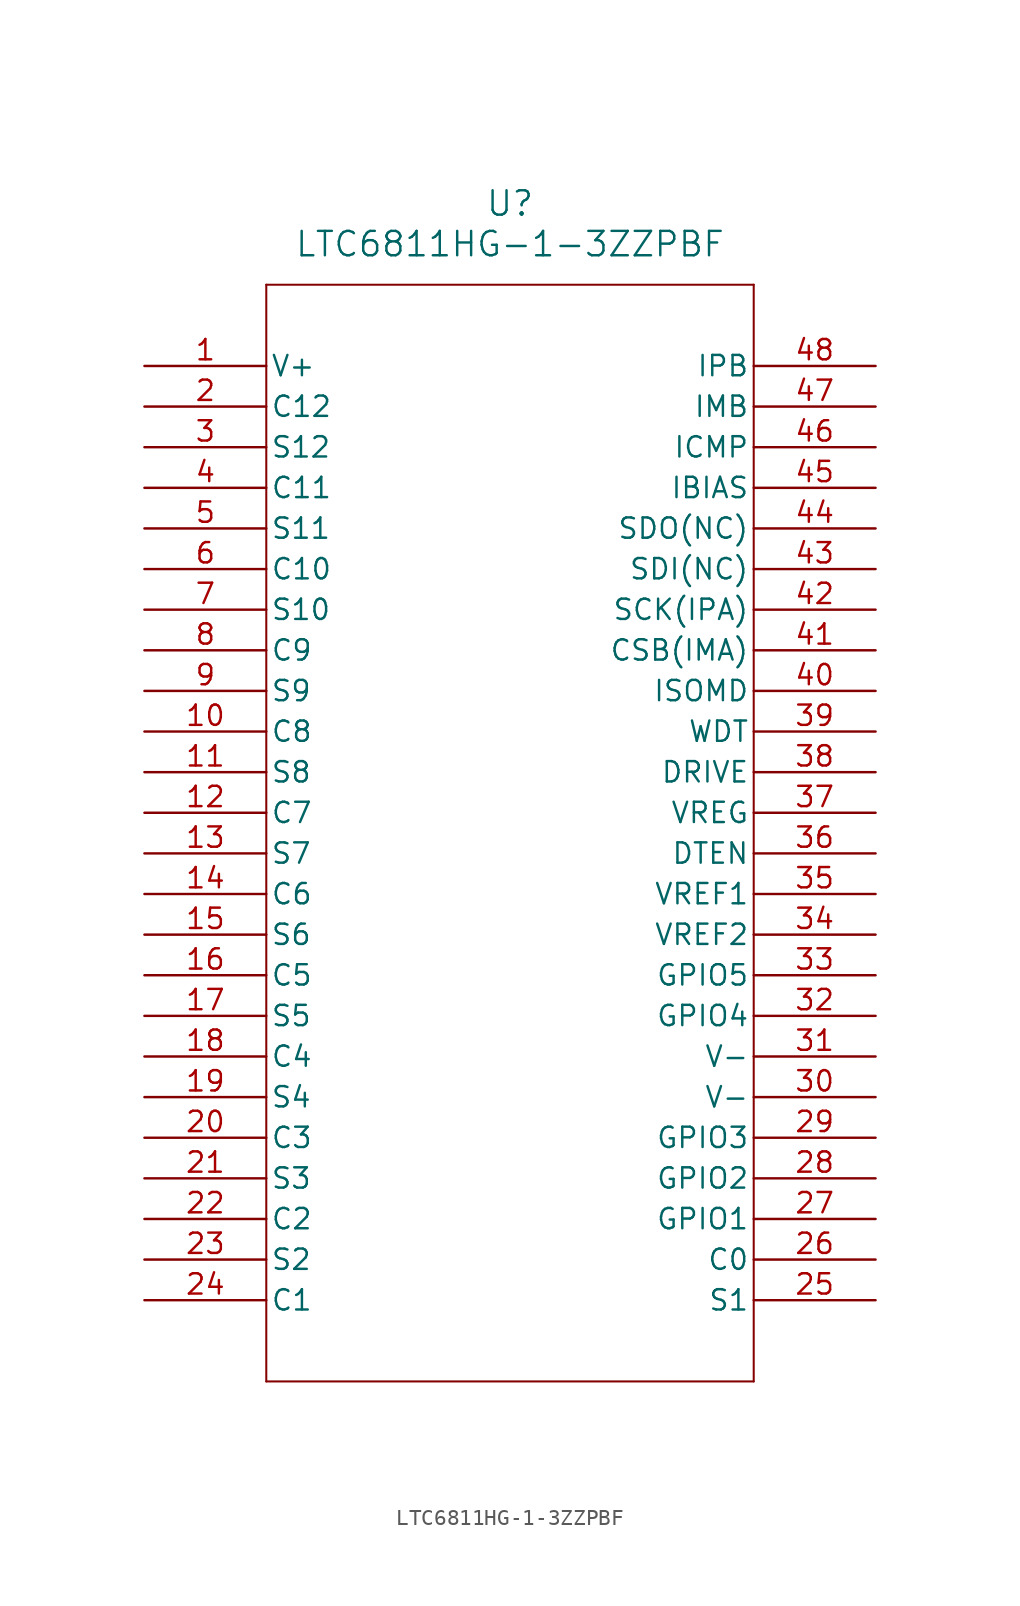
<source format=kicad_sym>
(kicad_symbol_lib
  (version 20211014)
  (generator kicad_symbol_editor)
  (symbol "LTC6811HG-1-3ZZPBF"
    (pin_names
      (offset 0.254))
    (property "Reference" "U"
      (at 22.86 10.16 0)
      (effects (font (size 1.524 1.524))))
    (property "Value" "LTC6811HG-1-3ZZPBF"
      (at 22.86 7.62 0)
      (effects (font (size 1.524 1.524))))
    (symbol "LTC6811HG-1-3ZZPBF_0_1"
      (polyline (pts (xy 7.62 5.08) (xy 7.62 -63.5)) (stroke (width 0.127) (type default) (color 0 0 0 0)) (fill (type none)))
      (polyline (pts (xy 7.62 -63.5) (xy 38.1 -63.5)) (stroke (width 0.127) (type default) (color 0 0 0 0)) (fill (type none)))
      (polyline (pts (xy 38.1 -63.5) (xy 38.1 5.08)) (stroke (width 0.127) (type default) (color 0 0 0 0)) (fill (type none)))
      (polyline (pts (xy 38.1 5.08) (xy 7.62 5.08)) (stroke (width 0.127) (type default) (color 0 0 0 0)) (fill (type none)))
      (pin power_in line (at 0 0 0) (length 7.62) (name "V+" (effects (font (size 1.27 1.27)))) (number "1" (effects (font (size 1.27 1.27)))))
      (pin input line (at 0 -2.54 0) (length 7.62) (name "C12" (effects (font (size 1.27 1.27)))) (number "2" (effects (font (size 1.27 1.27)))))
      (pin bidirectional line (at 0 -5.08 0) (length 7.62) (name "S12" (effects (font (size 1.27 1.27)))) (number "3" (effects (font (size 1.27 1.27)))))
      (pin input line (at 0 -7.62 0) (length 7.62) (name "C11" (effects (font (size 1.27 1.27)))) (number "4" (effects (font (size 1.27 1.27)))))
      (pin bidirectional line (at 0 -10.16 0) (length 7.62) (name "S11" (effects (font (size 1.27 1.27)))) (number "5" (effects (font (size 1.27 1.27)))))
      (pin input line (at 0 -12.7 0) (length 7.62) (name "C10" (effects (font (size 1.27 1.27)))) (number "6" (effects (font (size 1.27 1.27)))))
      (pin bidirectional line (at 0 -15.24 0) (length 7.62) (name "S10" (effects (font (size 1.27 1.27)))) (number "7" (effects (font (size 1.27 1.27)))))
      (pin input line (at 0 -17.78 0) (length 7.62) (name "C9" (effects (font (size 1.27 1.27)))) (number "8" (effects (font (size 1.27 1.27)))))
      (pin bidirectional line (at 0 -20.32 0) (length 7.62) (name "S9" (effects (font (size 1.27 1.27)))) (number "9" (effects (font (size 1.27 1.27)))))
      (pin input line (at 0 -22.86 0) (length 7.62) (name "C8" (effects (font (size 1.27 1.27)))) (number "10" (effects (font (size 1.27 1.27)))))
      (pin bidirectional line (at 0 -25.4 0) (length 7.62) (name "S8" (effects (font (size 1.27 1.27)))) (number "11" (effects (font (size 1.27 1.27)))))
      (pin input line (at 0 -27.94 0) (length 7.62) (name "C7" (effects (font (size 1.27 1.27)))) (number "12" (effects (font (size 1.27 1.27)))))
      (pin bidirectional line (at 0 -30.48 0) (length 7.62) (name "S7" (effects (font (size 1.27 1.27)))) (number "13" (effects (font (size 1.27 1.27)))))
      (pin input line (at 0 -33.02 0) (length 7.62) (name "C6" (effects (font (size 1.27 1.27)))) (number "14" (effects (font (size 1.27 1.27)))))
      (pin bidirectional line (at 0 -35.56 0) (length 7.62) (name "S6" (effects (font (size 1.27 1.27)))) (number "15" (effects (font (size 1.27 1.27)))))
      (pin input line (at 0 -38.1 0) (length 7.62) (name "C5" (effects (font (size 1.27 1.27)))) (number "16" (effects (font (size 1.27 1.27)))))
      (pin bidirectional line (at 0 -40.64 0) (length 7.62) (name "S5" (effects (font (size 1.27 1.27)))) (number "17" (effects (font (size 1.27 1.27)))))
      (pin input line (at 0 -43.18 0) (length 7.62) (name "C4" (effects (font (size 1.27 1.27)))) (number "18" (effects (font (size 1.27 1.27)))))
      (pin bidirectional line (at 0 -45.72 0) (length 7.62) (name "S4" (effects (font (size 1.27 1.27)))) (number "19" (effects (font (size 1.27 1.27)))))
      (pin input line (at 0 -48.26 0) (length 7.62) (name "C3" (effects (font (size 1.27 1.27)))) (number "20" (effects (font (size 1.27 1.27)))))
      (pin bidirectional line (at 0 -50.8 0) (length 7.62) (name "S3" (effects (font (size 1.27 1.27)))) (number "21" (effects (font (size 1.27 1.27)))))
      (pin input line (at 0 -53.34 0) (length 7.62) (name "C2" (effects (font (size 1.27 1.27)))) (number "22" (effects (font (size 1.27 1.27)))))
      (pin bidirectional line (at 0 -55.88 0) (length 7.62) (name "S2" (effects (font (size 1.27 1.27)))) (number "23" (effects (font (size 1.27 1.27)))))
      (pin input line (at 0 -58.42 0) (length 7.62) (name "C1" (effects (font (size 1.27 1.27)))) (number "24" (effects (font (size 1.27 1.27)))))
      (pin bidirectional line (at 45.72 -58.42 180) (length 7.62) (name "S1" (effects (font (size 1.27 1.27)))) (number "25" (effects (font (size 1.27 1.27)))))
      (pin input line (at 45.72 -55.88 180) (length 7.62) (name "C0" (effects (font (size 1.27 1.27)))) (number "26" (effects (font (size 1.27 1.27)))))
      (pin bidirectional line (at 45.72 -53.34 180) (length 7.62) (name "GPIO1" (effects (font (size 1.27 1.27)))) (number "27" (effects (font (size 1.27 1.27)))))
      (pin bidirectional line (at 45.72 -50.8 180) (length 7.62) (name "GPIO2" (effects (font (size 1.27 1.27)))) (number "28" (effects (font (size 1.27 1.27)))))
      (pin bidirectional line (at 45.72 -48.26 180) (length 7.62) (name "GPIO3" (effects (font (size 1.27 1.27)))) (number "29" (effects (font (size 1.27 1.27)))))
      (pin power_in line (at 45.72 -45.72 180) (length 7.62) (name "V-" (effects (font (size 1.27 1.27)))) (number "30" (effects (font (size 1.27 1.27)))))
      (pin power_in line (at 45.72 -43.18 180) (length 7.62) (name "V-" (effects (font (size 1.27 1.27)))) (number "31" (effects (font (size 1.27 1.27)))))
      (pin bidirectional line (at 45.72 -40.64 180) (length 7.62) (name "GPIO4" (effects (font (size 1.27 1.27)))) (number "32" (effects (font (size 1.27 1.27)))))
      (pin bidirectional line (at 45.72 -38.1 180) (length 7.62) (name "GPIO5" (effects (font (size 1.27 1.27)))) (number "33" (effects (font (size 1.27 1.27)))))
      (pin power_in line (at 45.72 -35.56 180) (length 7.62) (name "VREF2" (effects (font (size 1.27 1.27)))) (number "34" (effects (font (size 1.27 1.27)))))
      (pin power_in line (at 45.72 -33.02 180) (length 7.62) (name "VREF1" (effects (font (size 1.27 1.27)))) (number "35" (effects (font (size 1.27 1.27)))))
      (pin input line (at 45.72 -30.48 180) (length 7.62) (name "DTEN" (effects (font (size 1.27 1.27)))) (number "36" (effects (font (size 1.27 1.27)))))
      (pin unspecified line (at 45.72 -27.94 180) (length 7.62) (name "VREG" (effects (font (size 1.27 1.27)))) (number "37" (effects (font (size 1.27 1.27)))))
      (pin power_in line (at 45.72 -25.4 180) (length 7.62) (name "DRIVE" (effects (font (size 1.27 1.27)))) (number "38" (effects (font (size 1.27 1.27)))))
      (pin unspecified line (at 45.72 -22.86 180) (length 7.62) (name "WDT" (effects (font (size 1.27 1.27)))) (number "39" (effects (font (size 1.27 1.27)))))
      (pin unspecified line (at 45.72 -20.32 180) (length 7.62) (name "ISOMD" (effects (font (size 1.27 1.27)))) (number "40" (effects (font (size 1.27 1.27)))))
      (pin bidirectional line (at 45.72 -17.78 180) (length 7.62) (name "CSB(IMA)" (effects (font (size 1.27 1.27)))) (number "41" (effects (font (size 1.27 1.27)))))
      (pin bidirectional line (at 45.72 -15.24 180) (length 7.62) (name "SCK(IPA)" (effects (font (size 1.27 1.27)))) (number "42" (effects (font (size 1.27 1.27)))))
      (pin input line (at 45.72 -12.7 180) (length 7.62) (name "SDI(NC)" (effects (font (size 1.27 1.27)))) (number "43" (effects (font (size 1.27 1.27)))))
      (pin output line (at 45.72 -10.16 180) (length 7.62) (name "SDO(NC)" (effects (font (size 1.27 1.27)))) (number "44" (effects (font (size 1.27 1.27)))))
      (pin power_in line (at 45.72 -7.62 180) (length 7.62) (name "IBIAS" (effects (font (size 1.27 1.27)))) (number "45" (effects (font (size 1.27 1.27)))))
      (pin unspecified line (at 45.72 -5.08 180) (length 7.62) (name "ICMP" (effects (font (size 1.27 1.27)))) (number "46" (effects (font (size 1.27 1.27)))))
      (pin bidirectional line (at 45.72 -2.54 180) (length 7.62) (name "IMB" (effects (font (size 1.27 1.27)))) (number "47" (effects (font (size 1.27 1.27)))))
      (pin bidirectional line (at 45.72 0 180) (length 7.62) (name "IPB" (effects (font (size 1.27 1.27)))) (number "48" (effects (font (size 1.27 1.27))))))))
</source>
